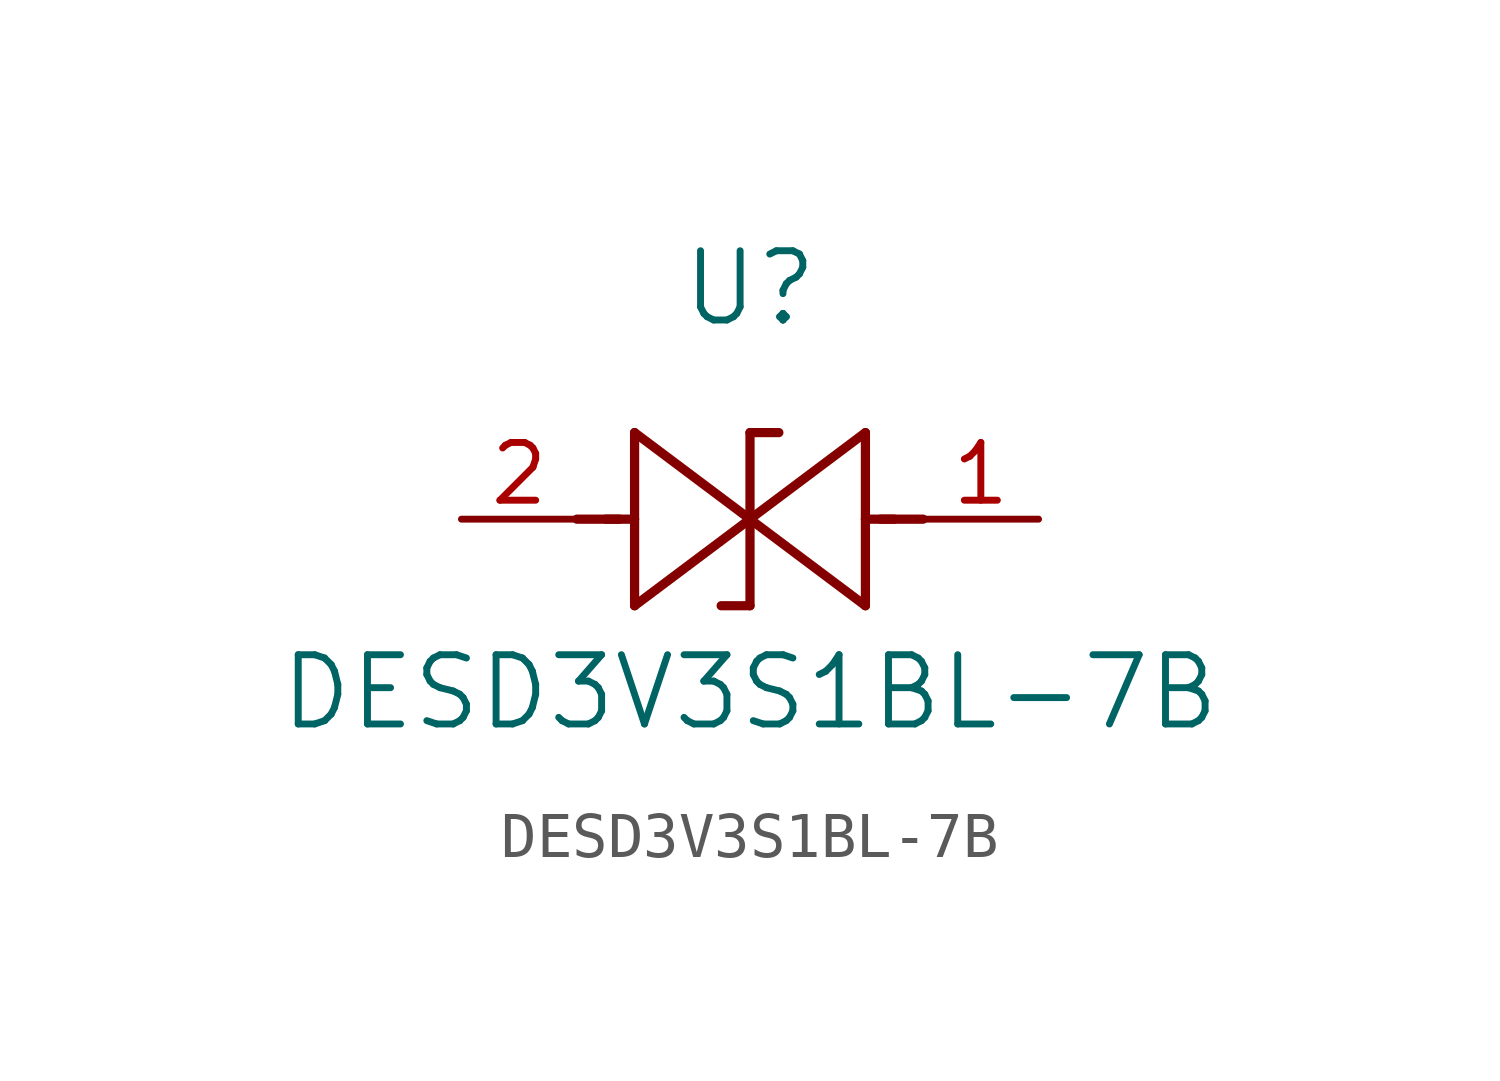
<source format=kicad_sym>
(kicad_symbol_lib
  (version 20211014)
  (generator kicad_symbol_editor)
  (symbol "DESD3V3S1BL-7B"
    (pin_names
      (offset 0.254))
    (property "Reference" "U"
      (at 6.35 5.08 0)
      (effects (font (size 1.524 1.524))))
    (property "Value" "DESD3V3S1BL-7B"
      (at 6.35 -3.81 0)
      (effects (font (size 1.524 1.524))))
    (symbol "DESD3V3S1BL-7B_0_1"
      (polyline (pts (xy 2.54 0) (xy 3.48 0)) (stroke (width 0.203) (type default) (color 0 0 0 0)) (fill (type none)))
      (polyline (pts (xy 3.81 1.905) (xy 3.81 -1.905)) (stroke (width 0.203) (type default) (color 0 0 0 0)) (fill (type none)))
      (polyline (pts (xy 3.175 0) (xy 3.81 0)) (stroke (width 0.203) (type default) (color 0 0 0 0)) (fill (type none)))
      (polyline (pts (xy 6.35 0) (xy 3.81 1.905)) (stroke (width 0.203) (type default) (color 0 0 0 0)) (fill (type none)))
      (polyline (pts (xy 3.81 -1.905) (xy 6.35 0)) (stroke (width 0.203) (type default) (color 0 0 0 0)) (fill (type none)))
      (polyline (pts (xy 6.35 1.905) (xy 6.985 1.905)) (stroke (width 0.203) (type default) (color 0 0 0 0)) (fill (type none)))
      (polyline (pts (xy 6.35 -1.905) (xy 5.715 -1.905)) (stroke (width 0.203) (type default) (color 0 0 0 0)) (fill (type none)))
      (polyline (pts (xy 10.16 0) (xy 9.22 0)) (stroke (width 0.203) (type default) (color 0 0 0 0)) (fill (type none)))
      (polyline (pts (xy 8.89 -1.905) (xy 8.89 1.905)) (stroke (width 0.203) (type default) (color 0 0 0 0)) (fill (type none)))
      (polyline (pts (xy 9.525 0) (xy 8.89 0)) (stroke (width 0.203) (type default) (color 0 0 0 0)) (fill (type none)))
      (polyline (pts (xy 6.35 1.905) (xy 6.35 -1.905)) (stroke (width 0.203) (type default) (color 0 0 0 0)) (fill (type none)))
      (polyline (pts (xy 6.35 0) (xy 8.89 -1.905)) (stroke (width 0.203) (type default) (color 0 0 0 0)) (fill (type none)))
      (polyline (pts (xy 8.89 1.905) (xy 6.35 0)) (stroke (width 0.203) (type default) (color 0 0 0 0)) (fill (type none)))
      (pin unspecified line (at 12.7 0 180) (length 2.54) (name "" (effects (font (size 1.27 1.27)))) (number "1" (effects (font (size 1.27 1.27)))))
      (pin unspecified line (at 0 0 0) (length 2.54) (name "" (effects (font (size 1.27 1.27)))) (number "2" (effects (font (size 1.27 1.27))))))))
</source>
